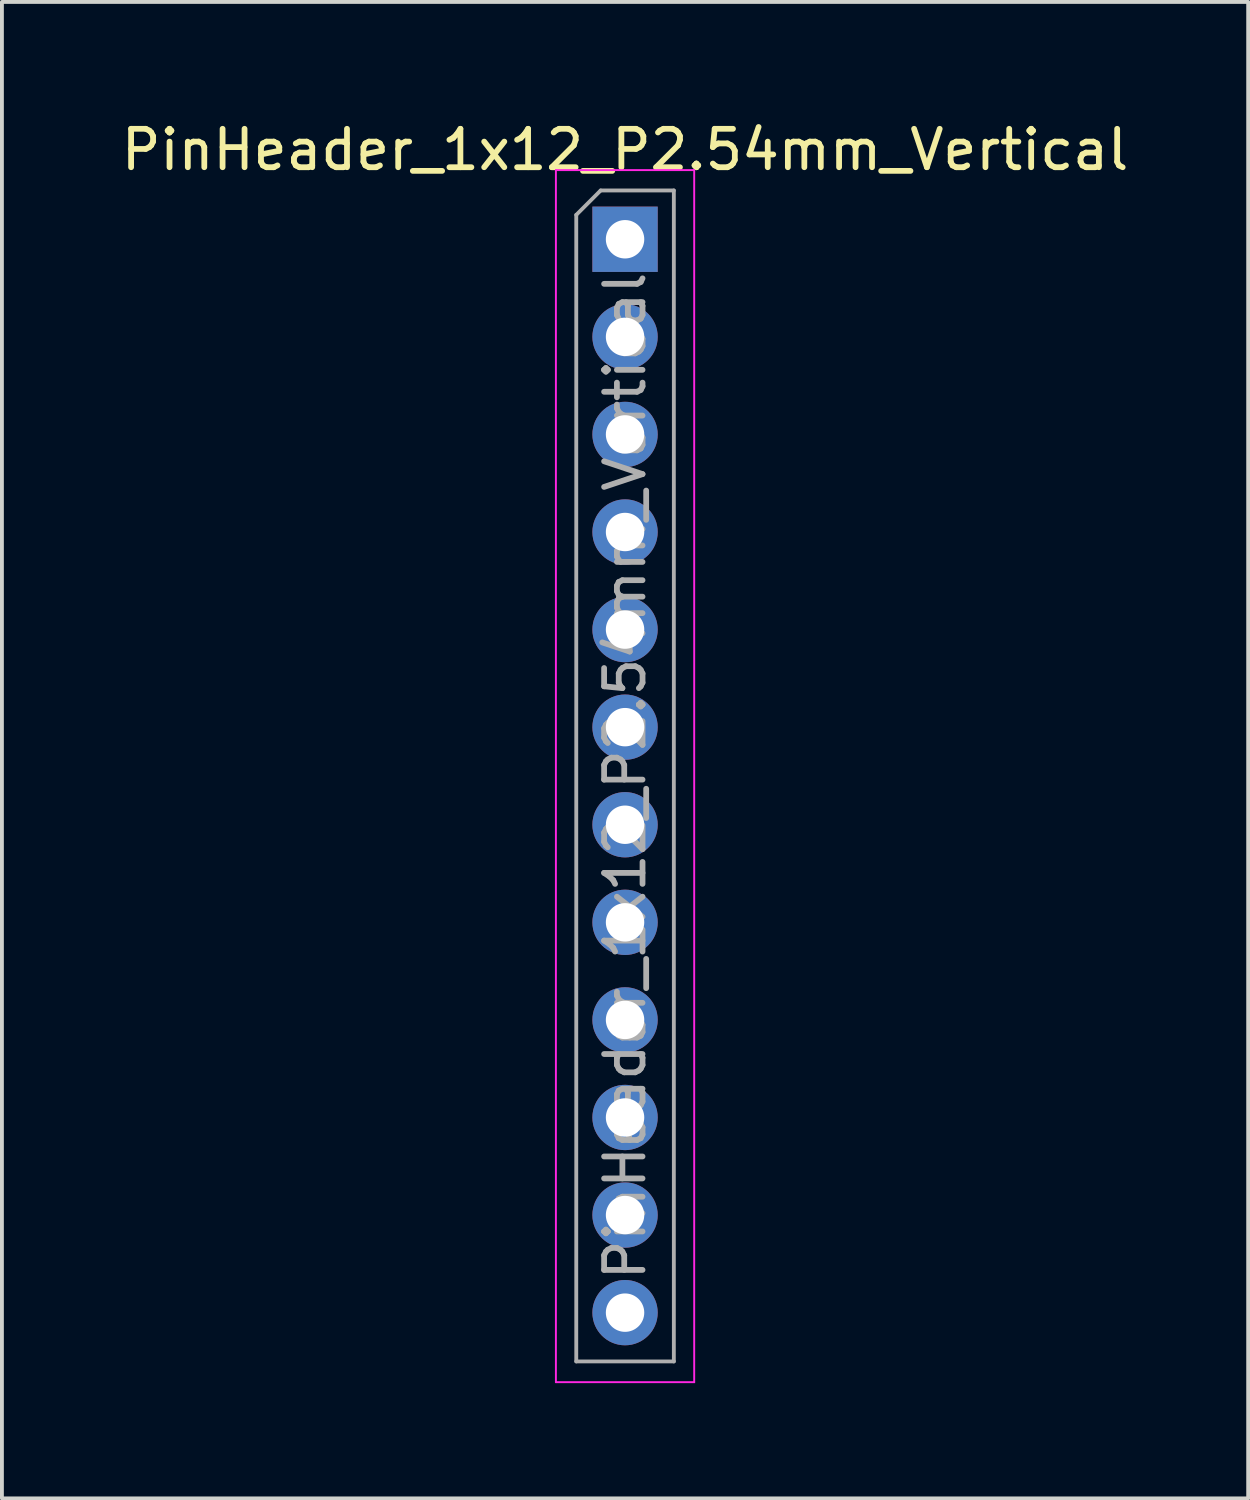
<source format=kicad_pcb>
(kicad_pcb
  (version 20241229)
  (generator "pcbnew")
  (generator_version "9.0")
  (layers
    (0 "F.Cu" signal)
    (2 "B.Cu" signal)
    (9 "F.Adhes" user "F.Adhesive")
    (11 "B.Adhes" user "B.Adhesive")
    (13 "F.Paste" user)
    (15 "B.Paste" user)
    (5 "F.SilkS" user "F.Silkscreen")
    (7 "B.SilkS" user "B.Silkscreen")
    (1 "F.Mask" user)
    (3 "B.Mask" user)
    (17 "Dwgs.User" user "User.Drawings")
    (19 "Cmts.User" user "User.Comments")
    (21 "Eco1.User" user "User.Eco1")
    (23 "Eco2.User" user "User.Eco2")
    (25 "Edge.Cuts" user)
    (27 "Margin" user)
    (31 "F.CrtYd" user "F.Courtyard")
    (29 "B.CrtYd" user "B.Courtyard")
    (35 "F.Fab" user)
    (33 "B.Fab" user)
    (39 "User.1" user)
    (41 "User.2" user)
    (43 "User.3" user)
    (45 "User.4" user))
  (footprint "PinHeader_1x12_P2.54mm_Vertical"
    (layer "F.Cu")
    (at 13.22 3.178)
    (property "Reference" "PinHeader_1x12_P2.54mm_Vertical" (at 0 -2.33 180) (layer "F.SilkS") (effects (font (size 1 1) (thickness 0.15))))
    (attr through_hole)
    (fp_line (start -1.8 -1.8) (end -1.8 29.75) (stroke (width 0.05) (type solid)) (layer "F.CrtYd"))
    (fp_line (start -1.8 29.75) (end 1.8 29.75) (stroke (width 0.05) (type solid)) (layer "F.CrtYd"))
    (fp_line (start 1.8 -1.8) (end -1.8 -1.8) (stroke (width 0.05) (type solid)) (layer "F.CrtYd"))
    (fp_line (start 1.8 29.75) (end 1.8 -1.8) (stroke (width 0.05) (type solid)) (layer "F.CrtYd"))
    (fp_line (start -1.27 -0.635) (end -0.635 -1.27) (stroke (width 0.1) (type solid)) (layer "F.Fab"))
    (fp_line (start -1.27 29.21) (end -1.27 -0.635) (stroke (width 0.1) (type solid)) (layer "F.Fab"))
    (fp_line (start -0.635 -1.27) (end 1.27 -1.27) (stroke (width 0.1) (type solid)) (layer "F.Fab"))
    (fp_line (start 1.27 -1.27) (end 1.27 29.21) (stroke (width 0.1) (type solid)) (layer "F.Fab"))
    (fp_line (start 1.27 29.21) (end -1.27 29.21) (stroke (width 0.1) (type solid)) (layer "F.Fab"))
    (fp_text user "${REFERENCE}" (at 0 13.97 270) (layer "F.Fab") (effects (font (size 1 1) (thickness 0.15))))
    (pad "1" thru_hole rect (at 0 0) (size 1.7 1.7) (drill 1) (layers "*.Cu" "*.Mask"))
    (pad "2" thru_hole oval (at 0 2.54) (size 1.7 1.7) (drill 1) (layers "*.Cu" "*.Mask"))
    (pad "3" thru_hole oval (at 0 5.08) (size 1.7 1.7) (drill 1) (layers "*.Cu" "*.Mask"))
    (pad "4" thru_hole oval (at 0 7.62) (size 1.7 1.7) (drill 1) (layers "*.Cu" "*.Mask"))
    (pad "5" thru_hole oval (at 0 10.16) (size 1.7 1.7) (drill 1) (layers "*.Cu" "*.Mask"))
    (pad "6" thru_hole oval (at 0 12.7) (size 1.7 1.7) (drill 1) (layers "*.Cu" "*.Mask"))
    (pad "7" thru_hole oval (at 0 15.24) (size 1.7 1.7) (drill 1) (layers "*.Cu" "*.Mask"))
    (pad "8" thru_hole oval (at 0 17.78) (size 1.7 1.7) (drill 1) (layers "*.Cu" "*.Mask"))
    (pad "9" thru_hole oval (at 0 20.32) (size 1.7 1.7) (drill 1) (layers "*.Cu" "*.Mask"))
    (pad "10" thru_hole oval (at 0 22.86) (size 1.7 1.7) (drill 1) (layers "*.Cu" "*.Mask"))
    (pad "11" thru_hole oval (at 0 25.4) (size 1.7 1.7) (drill 1) (layers "*.Cu" "*.Mask"))
    (pad "12" thru_hole oval (at 0 27.94) (size 1.7 1.7) (drill 1) (layers "*.Cu" "*.Mask")))
  (gr_rect
    (start -3 -3)
    (end 29.44 35.953)
    (stroke (width 0.1) (type default))
    (fill no)
    (layer "Edge.Cuts")))
</source>
